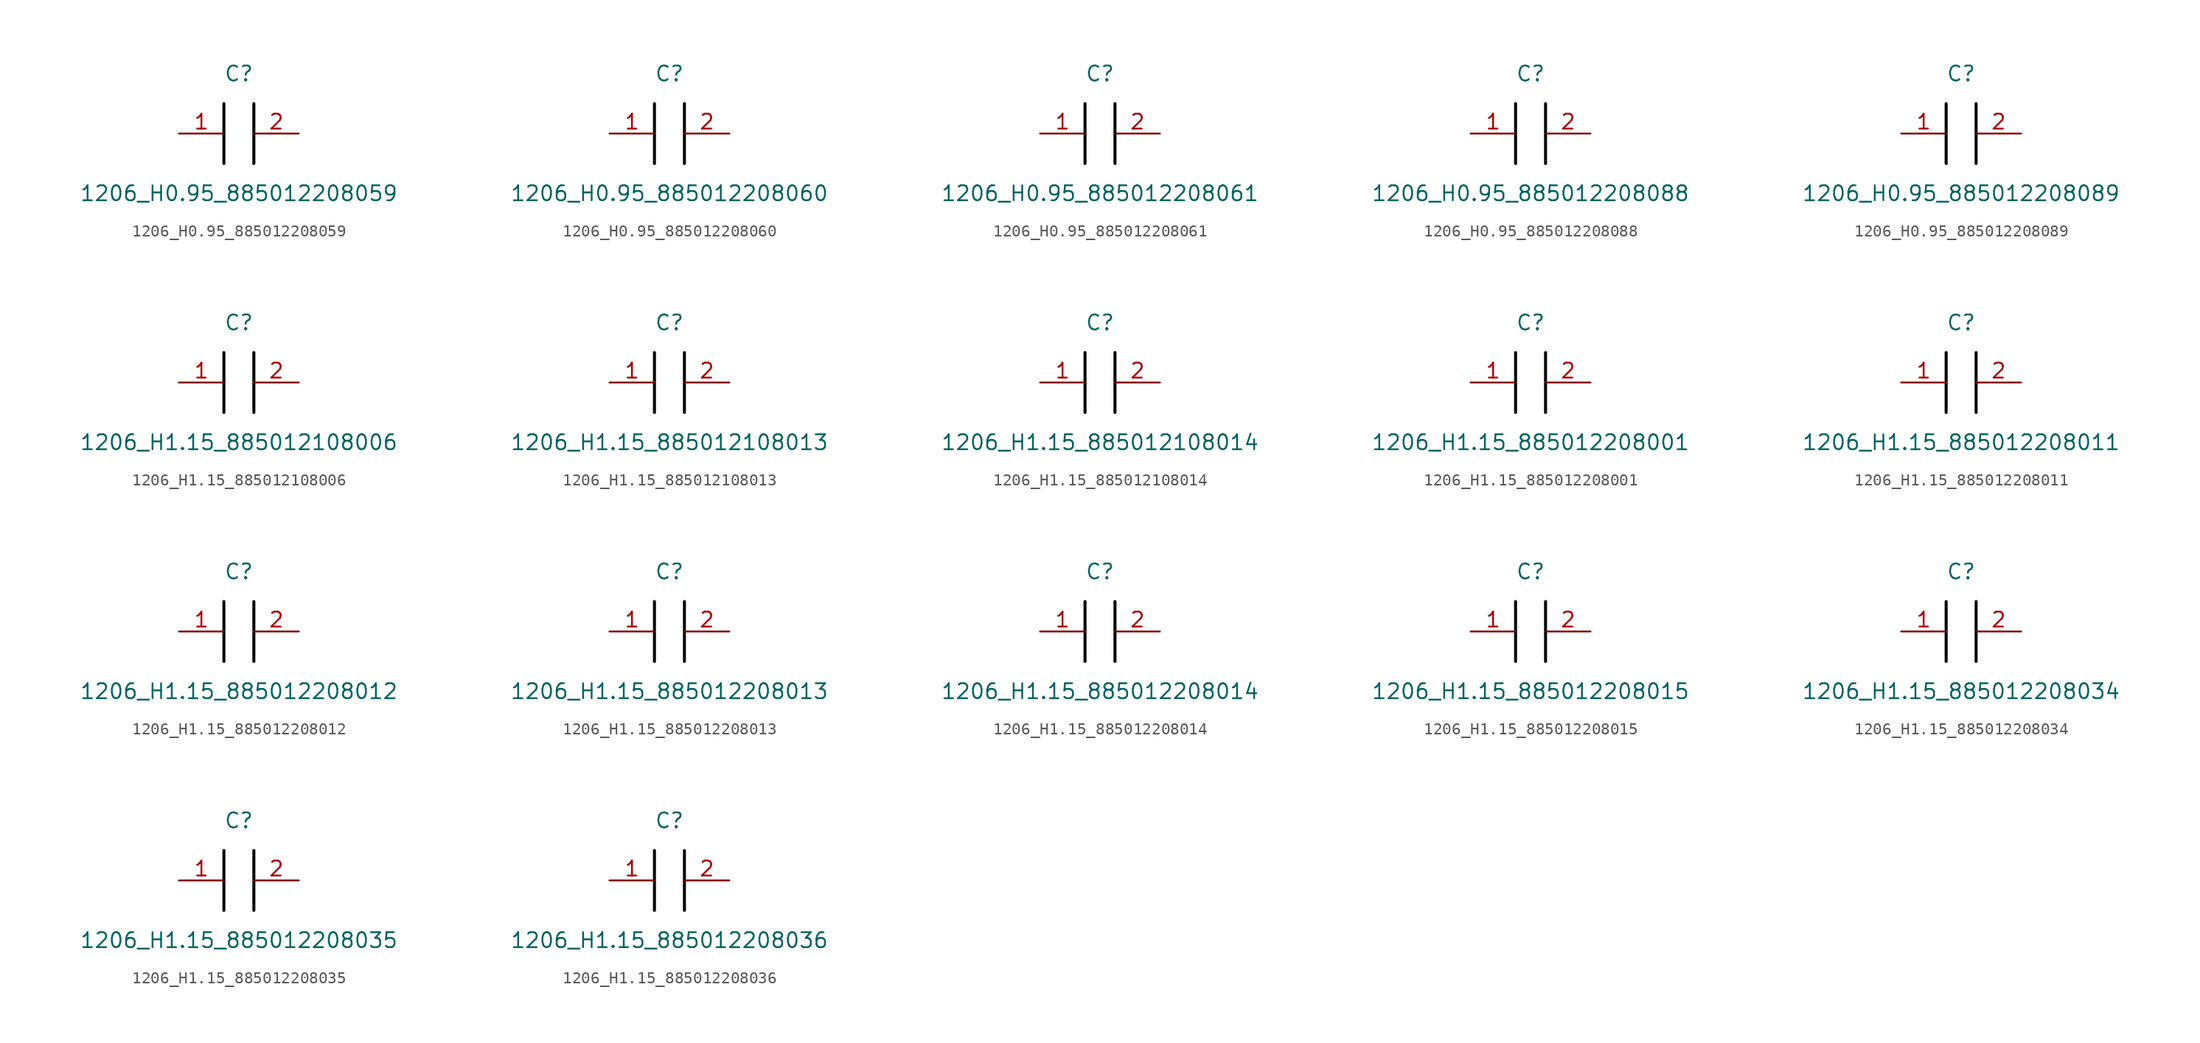
<source format=kicad_sym>
(kicad_symbol_lib
  (version 20220914)
  (generator kicad_symbol_editor)
  (symbol "1206_H0.95_885012208059"
    (pin_names hide)
    (property "Reference" "C"
      (at 0 5.08 0)
      (effects (font (size 1.27 1.27))))
    (property "Value" "1206_H0.95_885012208059"
      (at 0 -5.08 0)
      (effects (font (size 1.27 1.27))))
    (symbol "1206_H0.95_885012208059_1_1"
      (polyline (pts (xy -1.27 2.54) (xy -1.27 -2.54)) (stroke (width 0.254) (type default) (color 0 0 0 1)) (fill (type none)))
      (polyline (pts (xy 1.27 2.54) (xy 1.27 -2.54)) (stroke (width 0.254) (type default) (color 0 0 0 1)) (fill (type none)))
      (pin passive line (at -5.08 0 0) (length 3.81) (name "1" (effects (font (size 1.27 1.27)))) (number "1" (effects (font (size 1.27 1.27)))))
      (pin passive line (at 5.08 0 180) (length 3.81) (name "2" (effects (font (size 1.27 1.27)))) (number "2" (effects (font (size 1.27 1.27)))))))
  (symbol "1206_H0.95_885012208060"
    (pin_names hide)
    (property "Reference" "C"
      (at 0 5.08 0)
      (effects (font (size 1.27 1.27))))
    (property "Value" "1206_H0.95_885012208060"
      (at 0 -5.08 0)
      (effects (font (size 1.27 1.27))))
    (symbol "1206_H0.95_885012208060_1_1"
      (polyline (pts (xy -1.27 2.54) (xy -1.27 -2.54)) (stroke (width 0.254) (type default) (color 0 0 0 1)) (fill (type none)))
      (polyline (pts (xy 1.27 2.54) (xy 1.27 -2.54)) (stroke (width 0.254) (type default) (color 0 0 0 1)) (fill (type none)))
      (pin passive line (at -5.08 0 0) (length 3.81) (name "1" (effects (font (size 1.27 1.27)))) (number "1" (effects (font (size 1.27 1.27)))))
      (pin passive line (at 5.08 0 180) (length 3.81) (name "2" (effects (font (size 1.27 1.27)))) (number "2" (effects (font (size 1.27 1.27)))))))
  (symbol "1206_H0.95_885012208061"
    (pin_names hide)
    (property "Reference" "C"
      (at 0 5.08 0)
      (effects (font (size 1.27 1.27))))
    (property "Value" "1206_H0.95_885012208061"
      (at 0 -5.08 0)
      (effects (font (size 1.27 1.27))))
    (symbol "1206_H0.95_885012208061_1_1"
      (polyline (pts (xy -1.27 2.54) (xy -1.27 -2.54)) (stroke (width 0.254) (type default) (color 0 0 0 1)) (fill (type none)))
      (polyline (pts (xy 1.27 2.54) (xy 1.27 -2.54)) (stroke (width 0.254) (type default) (color 0 0 0 1)) (fill (type none)))
      (pin passive line (at -5.08 0 0) (length 3.81) (name "1" (effects (font (size 1.27 1.27)))) (number "1" (effects (font (size 1.27 1.27)))))
      (pin passive line (at 5.08 0 180) (length 3.81) (name "2" (effects (font (size 1.27 1.27)))) (number "2" (effects (font (size 1.27 1.27)))))))
  (symbol "1206_H0.95_885012208088"
    (pin_names hide)
    (property "Reference" "C"
      (at 0 5.08 0)
      (effects (font (size 1.27 1.27))))
    (property "Value" "1206_H0.95_885012208088"
      (at 0 -5.08 0)
      (effects (font (size 1.27 1.27))))
    (symbol "1206_H0.95_885012208088_1_1"
      (polyline (pts (xy -1.27 2.54) (xy -1.27 -2.54)) (stroke (width 0.254) (type default) (color 0 0 0 1)) (fill (type none)))
      (polyline (pts (xy 1.27 2.54) (xy 1.27 -2.54)) (stroke (width 0.254) (type default) (color 0 0 0 1)) (fill (type none)))
      (pin passive line (at -5.08 0 0) (length 3.81) (name "1" (effects (font (size 1.27 1.27)))) (number "1" (effects (font (size 1.27 1.27)))))
      (pin passive line (at 5.08 0 180) (length 3.81) (name "2" (effects (font (size 1.27 1.27)))) (number "2" (effects (font (size 1.27 1.27)))))))
  (symbol "1206_H0.95_885012208089"
    (pin_names hide)
    (property "Reference" "C"
      (at 0 5.08 0)
      (effects (font (size 1.27 1.27))))
    (property "Value" "1206_H0.95_885012208089"
      (at 0 -5.08 0)
      (effects (font (size 1.27 1.27))))
    (symbol "1206_H0.95_885012208089_1_1"
      (polyline (pts (xy -1.27 2.54) (xy -1.27 -2.54)) (stroke (width 0.254) (type default) (color 0 0 0 1)) (fill (type none)))
      (polyline (pts (xy 1.27 2.54) (xy 1.27 -2.54)) (stroke (width 0.254) (type default) (color 0 0 0 1)) (fill (type none)))
      (pin passive line (at -5.08 0 0) (length 3.81) (name "1" (effects (font (size 1.27 1.27)))) (number "1" (effects (font (size 1.27 1.27)))))
      (pin passive line (at 5.08 0 180) (length 3.81) (name "2" (effects (font (size 1.27 1.27)))) (number "2" (effects (font (size 1.27 1.27)))))))
  (symbol "1206_H1.15_885012108006"
    (pin_names hide)
    (property "Reference" "C"
      (at 0 5.08 0)
      (effects (font (size 1.27 1.27))))
    (property "Value" "1206_H1.15_885012108006"
      (at 0 -5.08 0)
      (effects (font (size 1.27 1.27))))
    (symbol "1206_H1.15_885012108006_1_1"
      (polyline (pts (xy -1.27 2.54) (xy -1.27 -2.54)) (stroke (width 0.254) (type default) (color 0 0 0 1)) (fill (type none)))
      (polyline (pts (xy 1.27 2.54) (xy 1.27 -2.54)) (stroke (width 0.254) (type default) (color 0 0 0 1)) (fill (type none)))
      (pin passive line (at -5.08 0 0) (length 3.81) (name "1" (effects (font (size 1.27 1.27)))) (number "1" (effects (font (size 1.27 1.27)))))
      (pin passive line (at 5.08 0 180) (length 3.81) (name "2" (effects (font (size 1.27 1.27)))) (number "2" (effects (font (size 1.27 1.27)))))))
  (symbol "1206_H1.15_885012108013"
    (pin_names hide)
    (property "Reference" "C"
      (at 0 5.08 0)
      (effects (font (size 1.27 1.27))))
    (property "Value" "1206_H1.15_885012108013"
      (at 0 -5.08 0)
      (effects (font (size 1.27 1.27))))
    (symbol "1206_H1.15_885012108013_1_1"
      (polyline (pts (xy -1.27 2.54) (xy -1.27 -2.54)) (stroke (width 0.254) (type default) (color 0 0 0 1)) (fill (type none)))
      (polyline (pts (xy 1.27 2.54) (xy 1.27 -2.54)) (stroke (width 0.254) (type default) (color 0 0 0 1)) (fill (type none)))
      (pin passive line (at -5.08 0 0) (length 3.81) (name "1" (effects (font (size 1.27 1.27)))) (number "1" (effects (font (size 1.27 1.27)))))
      (pin passive line (at 5.08 0 180) (length 3.81) (name "2" (effects (font (size 1.27 1.27)))) (number "2" (effects (font (size 1.27 1.27)))))))
  (symbol "1206_H1.15_885012108014"
    (pin_names hide)
    (property "Reference" "C"
      (at 0 5.08 0)
      (effects (font (size 1.27 1.27))))
    (property "Value" "1206_H1.15_885012108014"
      (at 0 -5.08 0)
      (effects (font (size 1.27 1.27))))
    (symbol "1206_H1.15_885012108014_1_1"
      (polyline (pts (xy -1.27 2.54) (xy -1.27 -2.54)) (stroke (width 0.254) (type default) (color 0 0 0 1)) (fill (type none)))
      (polyline (pts (xy 1.27 2.54) (xy 1.27 -2.54)) (stroke (width 0.254) (type default) (color 0 0 0 1)) (fill (type none)))
      (pin passive line (at -5.08 0 0) (length 3.81) (name "1" (effects (font (size 1.27 1.27)))) (number "1" (effects (font (size 1.27 1.27)))))
      (pin passive line (at 5.08 0 180) (length 3.81) (name "2" (effects (font (size 1.27 1.27)))) (number "2" (effects (font (size 1.27 1.27)))))))
  (symbol "1206_H1.15_885012208001"
    (pin_names hide)
    (property "Reference" "C"
      (at 0 5.08 0)
      (effects (font (size 1.27 1.27))))
    (property "Value" "1206_H1.15_885012208001"
      (at 0 -5.08 0)
      (effects (font (size 1.27 1.27))))
    (symbol "1206_H1.15_885012208001_1_1"
      (polyline (pts (xy -1.27 2.54) (xy -1.27 -2.54)) (stroke (width 0.254) (type default) (color 0 0 0 1)) (fill (type none)))
      (polyline (pts (xy 1.27 2.54) (xy 1.27 -2.54)) (stroke (width 0.254) (type default) (color 0 0 0 1)) (fill (type none)))
      (pin passive line (at -5.08 0 0) (length 3.81) (name "1" (effects (font (size 1.27 1.27)))) (number "1" (effects (font (size 1.27 1.27)))))
      (pin passive line (at 5.08 0 180) (length 3.81) (name "2" (effects (font (size 1.27 1.27)))) (number "2" (effects (font (size 1.27 1.27)))))))
  (symbol "1206_H1.15_885012208011"
    (pin_names hide)
    (property "Reference" "C"
      (at 0 5.08 0)
      (effects (font (size 1.27 1.27))))
    (property "Value" "1206_H1.15_885012208011"
      (at 0 -5.08 0)
      (effects (font (size 1.27 1.27))))
    (symbol "1206_H1.15_885012208011_1_1"
      (polyline (pts (xy -1.27 2.54) (xy -1.27 -2.54)) (stroke (width 0.254) (type default) (color 0 0 0 1)) (fill (type none)))
      (polyline (pts (xy 1.27 2.54) (xy 1.27 -2.54)) (stroke (width 0.254) (type default) (color 0 0 0 1)) (fill (type none)))
      (pin passive line (at -5.08 0 0) (length 3.81) (name "1" (effects (font (size 1.27 1.27)))) (number "1" (effects (font (size 1.27 1.27)))))
      (pin passive line (at 5.08 0 180) (length 3.81) (name "2" (effects (font (size 1.27 1.27)))) (number "2" (effects (font (size 1.27 1.27)))))))
  (symbol "1206_H1.15_885012208012"
    (pin_names hide)
    (property "Reference" "C"
      (at 0 5.08 0)
      (effects (font (size 1.27 1.27))))
    (property "Value" "1206_H1.15_885012208012"
      (at 0 -5.08 0)
      (effects (font (size 1.27 1.27))))
    (symbol "1206_H1.15_885012208012_1_1"
      (polyline (pts (xy -1.27 2.54) (xy -1.27 -2.54)) (stroke (width 0.254) (type default) (color 0 0 0 1)) (fill (type none)))
      (polyline (pts (xy 1.27 2.54) (xy 1.27 -2.54)) (stroke (width 0.254) (type default) (color 0 0 0 1)) (fill (type none)))
      (pin passive line (at -5.08 0 0) (length 3.81) (name "1" (effects (font (size 1.27 1.27)))) (number "1" (effects (font (size 1.27 1.27)))))
      (pin passive line (at 5.08 0 180) (length 3.81) (name "2" (effects (font (size 1.27 1.27)))) (number "2" (effects (font (size 1.27 1.27)))))))
  (symbol "1206_H1.15_885012208013"
    (pin_names hide)
    (property "Reference" "C"
      (at 0 5.08 0)
      (effects (font (size 1.27 1.27))))
    (property "Value" "1206_H1.15_885012208013"
      (at 0 -5.08 0)
      (effects (font (size 1.27 1.27))))
    (symbol "1206_H1.15_885012208013_1_1"
      (polyline (pts (xy -1.27 2.54) (xy -1.27 -2.54)) (stroke (width 0.254) (type default) (color 0 0 0 1)) (fill (type none)))
      (polyline (pts (xy 1.27 2.54) (xy 1.27 -2.54)) (stroke (width 0.254) (type default) (color 0 0 0 1)) (fill (type none)))
      (pin passive line (at -5.08 0 0) (length 3.81) (name "1" (effects (font (size 1.27 1.27)))) (number "1" (effects (font (size 1.27 1.27)))))
      (pin passive line (at 5.08 0 180) (length 3.81) (name "2" (effects (font (size 1.27 1.27)))) (number "2" (effects (font (size 1.27 1.27)))))))
  (symbol "1206_H1.15_885012208014"
    (pin_names hide)
    (property "Reference" "C"
      (at 0 5.08 0)
      (effects (font (size 1.27 1.27))))
    (property "Value" "1206_H1.15_885012208014"
      (at 0 -5.08 0)
      (effects (font (size 1.27 1.27))))
    (symbol "1206_H1.15_885012208014_1_1"
      (polyline (pts (xy -1.27 2.54) (xy -1.27 -2.54)) (stroke (width 0.254) (type default) (color 0 0 0 1)) (fill (type none)))
      (polyline (pts (xy 1.27 2.54) (xy 1.27 -2.54)) (stroke (width 0.254) (type default) (color 0 0 0 1)) (fill (type none)))
      (pin passive line (at -5.08 0 0) (length 3.81) (name "1" (effects (font (size 1.27 1.27)))) (number "1" (effects (font (size 1.27 1.27)))))
      (pin passive line (at 5.08 0 180) (length 3.81) (name "2" (effects (font (size 1.27 1.27)))) (number "2" (effects (font (size 1.27 1.27)))))))
  (symbol "1206_H1.15_885012208015"
    (pin_names hide)
    (property "Reference" "C"
      (at 0 5.08 0)
      (effects (font (size 1.27 1.27))))
    (property "Value" "1206_H1.15_885012208015"
      (at 0 -5.08 0)
      (effects (font (size 1.27 1.27))))
    (symbol "1206_H1.15_885012208015_1_1"
      (polyline (pts (xy -1.27 2.54) (xy -1.27 -2.54)) (stroke (width 0.254) (type default) (color 0 0 0 1)) (fill (type none)))
      (polyline (pts (xy 1.27 2.54) (xy 1.27 -2.54)) (stroke (width 0.254) (type default) (color 0 0 0 1)) (fill (type none)))
      (pin passive line (at -5.08 0 0) (length 3.81) (name "1" (effects (font (size 1.27 1.27)))) (number "1" (effects (font (size 1.27 1.27)))))
      (pin passive line (at 5.08 0 180) (length 3.81) (name "2" (effects (font (size 1.27 1.27)))) (number "2" (effects (font (size 1.27 1.27)))))))
  (symbol "1206_H1.15_885012208034"
    (pin_names hide)
    (property "Reference" "C"
      (at 0 5.08 0)
      (effects (font (size 1.27 1.27))))
    (property "Value" "1206_H1.15_885012208034"
      (at 0 -5.08 0)
      (effects (font (size 1.27 1.27))))
    (symbol "1206_H1.15_885012208034_1_1"
      (polyline (pts (xy -1.27 2.54) (xy -1.27 -2.54)) (stroke (width 0.254) (type default) (color 0 0 0 1)) (fill (type none)))
      (polyline (pts (xy 1.27 2.54) (xy 1.27 -2.54)) (stroke (width 0.254) (type default) (color 0 0 0 1)) (fill (type none)))
      (pin passive line (at -5.08 0 0) (length 3.81) (name "1" (effects (font (size 1.27 1.27)))) (number "1" (effects (font (size 1.27 1.27)))))
      (pin passive line (at 5.08 0 180) (length 3.81) (name "2" (effects (font (size 1.27 1.27)))) (number "2" (effects (font (size 1.27 1.27)))))))
  (symbol "1206_H1.15_885012208035"
    (pin_names hide)
    (property "Reference" "C"
      (at 0 5.08 0)
      (effects (font (size 1.27 1.27))))
    (property "Value" "1206_H1.15_885012208035"
      (at 0 -5.08 0)
      (effects (font (size 1.27 1.27))))
    (symbol "1206_H1.15_885012208035_1_1"
      (polyline (pts (xy -1.27 2.54) (xy -1.27 -2.54)) (stroke (width 0.254) (type default) (color 0 0 0 1)) (fill (type none)))
      (polyline (pts (xy 1.27 2.54) (xy 1.27 -2.54)) (stroke (width 0.254) (type default) (color 0 0 0 1)) (fill (type none)))
      (pin passive line (at -5.08 0 0) (length 3.81) (name "1" (effects (font (size 1.27 1.27)))) (number "1" (effects (font (size 1.27 1.27)))))
      (pin passive line (at 5.08 0 180) (length 3.81) (name "2" (effects (font (size 1.27 1.27)))) (number "2" (effects (font (size 1.27 1.27)))))))
  (symbol "1206_H1.15_885012208036"
    (pin_names hide)
    (property "Reference" "C"
      (at 0 5.08 0)
      (effects (font (size 1.27 1.27))))
    (property "Value" "1206_H1.15_885012208036"
      (at 0 -5.08 0)
      (effects (font (size 1.27 1.27))))
    (symbol "1206_H1.15_885012208036_1_1"
      (polyline (pts (xy -1.27 2.54) (xy -1.27 -2.54)) (stroke (width 0.254) (type default) (color 0 0 0 1)) (fill (type none)))
      (polyline (pts (xy 1.27 2.54) (xy 1.27 -2.54)) (stroke (width 0.254) (type default) (color 0 0 0 1)) (fill (type none)))
      (pin passive line (at -5.08 0 0) (length 3.81) (name "1" (effects (font (size 1.27 1.27)))) (number "1" (effects (font (size 1.27 1.27)))))
      (pin passive line (at 5.08 0 180) (length 3.81) (name "2" (effects (font (size 1.27 1.27)))) (number "2" (effects (font (size 1.27 1.27))))))))
</source>
